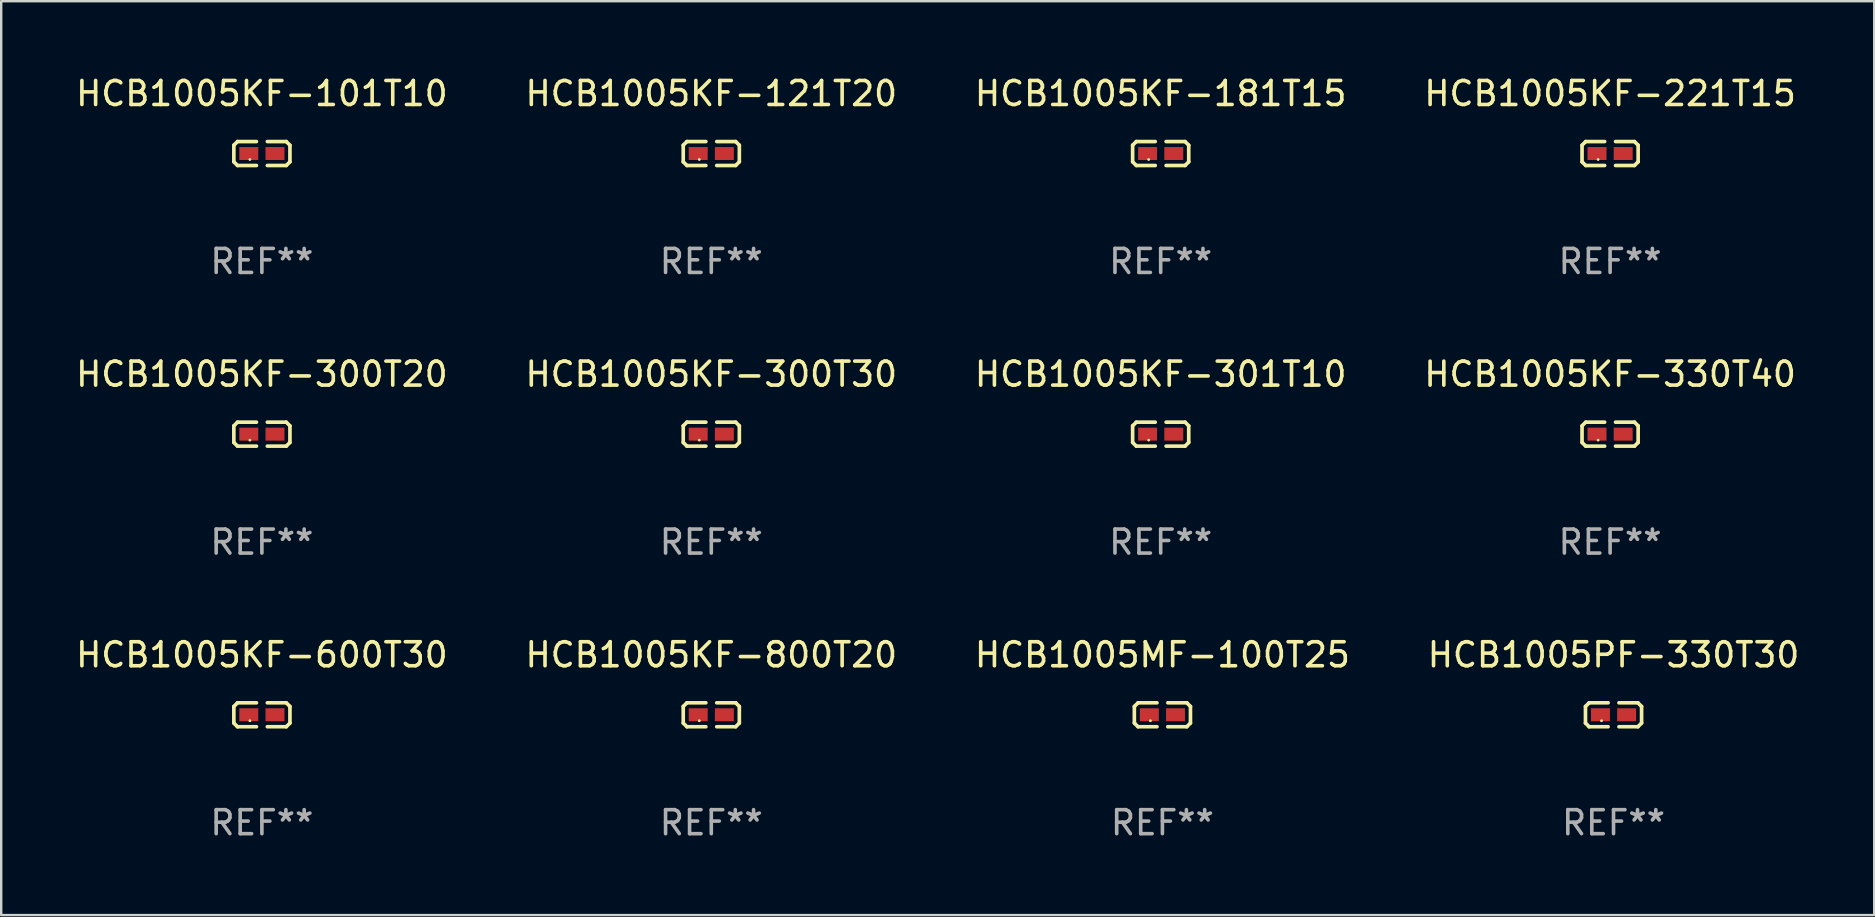
<source format=kicad_pcb>
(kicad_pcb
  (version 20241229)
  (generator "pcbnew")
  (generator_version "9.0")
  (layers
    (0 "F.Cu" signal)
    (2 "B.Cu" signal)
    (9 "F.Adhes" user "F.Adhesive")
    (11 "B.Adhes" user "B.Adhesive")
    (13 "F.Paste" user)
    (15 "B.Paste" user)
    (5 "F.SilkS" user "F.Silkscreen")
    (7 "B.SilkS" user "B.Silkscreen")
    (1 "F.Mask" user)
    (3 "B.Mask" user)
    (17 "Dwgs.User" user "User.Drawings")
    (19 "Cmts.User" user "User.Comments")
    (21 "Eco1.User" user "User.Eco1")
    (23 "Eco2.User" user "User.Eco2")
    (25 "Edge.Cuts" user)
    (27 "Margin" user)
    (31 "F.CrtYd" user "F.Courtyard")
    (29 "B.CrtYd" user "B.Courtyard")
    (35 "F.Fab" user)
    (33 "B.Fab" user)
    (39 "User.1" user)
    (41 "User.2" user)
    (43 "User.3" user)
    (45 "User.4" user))
  (footprint "HCB1005KF-330T40"
    (layer "F.Cu")
    (at 64.042 15.041)
    (property "Reference" "HCB1005KF-330T40" (at 0 -2.499 0) (layer "F.SilkS") (effects (font (size 1 1) (thickness 0.15))))
    (attr through_hole)
    (fp_line (start -1.169 -0.346) (end -1.016 -0.499) (stroke (width 0.152) (type solid)) (layer "F.SilkS"))
    (fp_line (start -1.169 0.346) (end -1.169 -0.346) (stroke (width 0.152) (type solid)) (layer "F.SilkS"))
    (fp_line (start -1.016 -0.499) (end -0.226 -0.499) (stroke (width 0.152) (type solid)) (layer "F.SilkS"))
    (fp_line (start -1.016 0.499) (end -1.169 0.346) (stroke (width 0.152) (type solid)) (layer "F.SilkS"))
    (fp_line (start -0.226 0.499) (end -1.016 0.499) (stroke (width 0.152) (type solid)) (layer "F.SilkS"))
    (fp_line (start 0.226 0.499) (end 1.016 0.499) (stroke (width 0.152) (type solid)) (layer "F.SilkS"))
    (fp_line (start 1.016 -0.499) (end 0.226 -0.499) (stroke (width 0.152) (type solid)) (layer "F.SilkS"))
    (fp_line (start 1.016 0.499) (end 1.169 0.346) (stroke (width 0.152) (type solid)) (layer "F.SilkS"))
    (fp_line (start 1.169 -0.346) (end 1.016 -0.499) (stroke (width 0.152) (type solid)) (layer "F.SilkS"))
    (fp_line (start 1.169 0.346) (end 1.169 -0.346) (stroke (width 0.152) (type solid)) (layer "F.SilkS"))
    (fp_circle (center -0.5 0.25) (end -0.47 0.25) (stroke (width 0.06) (type solid)) (fill no) (layer "F.SilkS"))
    (fp_text user "REF**" (at 0 4.499 0) (layer "F.Fab") (effects (font (size 1 1) (thickness 0.15))))
    (pad "1" smd rect (at -0.545 0) (size 0.79 0.54) (layers "F.Cu" "F.Mask" "F.Paste"))
    (pad "2" smd rect (at 0.545 0) (size 0.79 0.54) (layers "F.Cu" "F.Mask" "F.Paste")))
  (footprint "HCB1005KF-101T10"
    (layer "F.Cu")
    (at 7.863 3.347)
    (property "Reference" "HCB1005KF-101T10" (at 0 -2.499 0) (layer "F.SilkS") (effects (font (size 1 1) (thickness 0.15))))
    (attr through_hole)
    (fp_line (start -1.169 -0.346) (end -1.016 -0.499) (stroke (width 0.152) (type solid)) (layer "F.SilkS"))
    (fp_line (start -1.169 0.346) (end -1.169 -0.346) (stroke (width 0.152) (type solid)) (layer "F.SilkS"))
    (fp_line (start -1.016 -0.499) (end -0.226 -0.499) (stroke (width 0.152) (type solid)) (layer "F.SilkS"))
    (fp_line (start -1.016 0.499) (end -1.169 0.346) (stroke (width 0.152) (type solid)) (layer "F.SilkS"))
    (fp_line (start -0.226 0.499) (end -1.016 0.499) (stroke (width 0.152) (type solid)) (layer "F.SilkS"))
    (fp_line (start 0.226 0.499) (end 1.016 0.499) (stroke (width 0.152) (type solid)) (layer "F.SilkS"))
    (fp_line (start 1.016 -0.499) (end 0.226 -0.499) (stroke (width 0.152) (type solid)) (layer "F.SilkS"))
    (fp_line (start 1.016 0.499) (end 1.169 0.346) (stroke (width 0.152) (type solid)) (layer "F.SilkS"))
    (fp_line (start 1.169 -0.346) (end 1.016 -0.499) (stroke (width 0.152) (type solid)) (layer "F.SilkS"))
    (fp_line (start 1.169 0.346) (end 1.169 -0.346) (stroke (width 0.152) (type solid)) (layer "F.SilkS"))
    (fp_circle (center -0.5 0.25) (end -0.47 0.25) (stroke (width 0.06) (type solid)) (fill no) (layer "F.SilkS"))
    (fp_text user "REF**" (at 0 4.499 0) (layer "F.Fab") (effects (font (size 1 1) (thickness 0.15))))
    (pad "1" smd rect (at -0.545 0) (size 0.79 0.54) (layers "F.Cu" "F.Mask" "F.Paste"))
    (pad "2" smd rect (at 0.545 0) (size 0.79 0.54) (layers "F.Cu" "F.Mask" "F.Paste")))
  (footprint "HCB1005MF-100T25"
    (layer "F.Cu")
    (at 45.387 26.734)
    (property "Reference" "HCB1005MF-100T25" (at 0 -2.499 0) (layer "F.SilkS") (effects (font (size 1 1) (thickness 0.15))))
    (attr through_hole)
    (fp_line (start -1.169 -0.346) (end -1.016 -0.499) (stroke (width 0.152) (type solid)) (layer "F.SilkS"))
    (fp_line (start -1.169 0.346) (end -1.169 -0.346) (stroke (width 0.152) (type solid)) (layer "F.SilkS"))
    (fp_line (start -1.016 -0.499) (end -0.226 -0.499) (stroke (width 0.152) (type solid)) (layer "F.SilkS"))
    (fp_line (start -1.016 0.499) (end -1.169 0.346) (stroke (width 0.152) (type solid)) (layer "F.SilkS"))
    (fp_line (start -0.226 0.499) (end -1.016 0.499) (stroke (width 0.152) (type solid)) (layer "F.SilkS"))
    (fp_line (start 0.226 0.499) (end 1.016 0.499) (stroke (width 0.152) (type solid)) (layer "F.SilkS"))
    (fp_line (start 1.016 -0.499) (end 0.226 -0.499) (stroke (width 0.152) (type solid)) (layer "F.SilkS"))
    (fp_line (start 1.016 0.499) (end 1.169 0.346) (stroke (width 0.152) (type solid)) (layer "F.SilkS"))
    (fp_line (start 1.169 -0.346) (end 1.016 -0.499) (stroke (width 0.152) (type solid)) (layer "F.SilkS"))
    (fp_line (start 1.169 0.346) (end 1.169 -0.346) (stroke (width 0.152) (type solid)) (layer "F.SilkS"))
    (fp_circle (center -0.5 0.25) (end -0.47 0.25) (stroke (width 0.06) (type solid)) (fill no) (layer "F.SilkS"))
    (fp_text user "REF**" (at 0 4.499 0) (layer "F.Fab") (effects (font (size 1 1) (thickness 0.15))))
    (pad "1" smd rect (at -0.545 0) (size 0.79 0.54) (layers "F.Cu" "F.Mask" "F.Paste"))
    (pad "2" smd rect (at 0.545 0) (size 0.79 0.54) (layers "F.Cu" "F.Mask" "F.Paste")))
  (footprint "HCB1005KF-800T20"
    (layer "F.Cu")
    (at 26.589 26.734)
    (property "Reference" "HCB1005KF-800T20" (at 0 -2.499 0) (layer "F.SilkS") (effects (font (size 1 1) (thickness 0.15))))
    (attr through_hole)
    (fp_line (start -1.169 -0.346) (end -1.016 -0.499) (stroke (width 0.152) (type solid)) (layer "F.SilkS"))
    (fp_line (start -1.169 0.346) (end -1.169 -0.346) (stroke (width 0.152) (type solid)) (layer "F.SilkS"))
    (fp_line (start -1.016 -0.499) (end -0.226 -0.499) (stroke (width 0.152) (type solid)) (layer "F.SilkS"))
    (fp_line (start -1.016 0.499) (end -1.169 0.346) (stroke (width 0.152) (type solid)) (layer "F.SilkS"))
    (fp_line (start -0.226 0.499) (end -1.016 0.499) (stroke (width 0.152) (type solid)) (layer "F.SilkS"))
    (fp_line (start 0.226 0.499) (end 1.016 0.499) (stroke (width 0.152) (type solid)) (layer "F.SilkS"))
    (fp_line (start 1.016 -0.499) (end 0.226 -0.499) (stroke (width 0.152) (type solid)) (layer "F.SilkS"))
    (fp_line (start 1.016 0.499) (end 1.169 0.346) (stroke (width 0.152) (type solid)) (layer "F.SilkS"))
    (fp_line (start 1.169 -0.346) (end 1.016 -0.499) (stroke (width 0.152) (type solid)) (layer "F.SilkS"))
    (fp_line (start 1.169 0.346) (end 1.169 -0.346) (stroke (width 0.152) (type solid)) (layer "F.SilkS"))
    (fp_circle (center -0.5 0.25) (end -0.47 0.25) (stroke (width 0.06) (type solid)) (fill no) (layer "F.SilkS"))
    (fp_text user "REF**" (at 0 4.499 0) (layer "F.Fab") (effects (font (size 1 1) (thickness 0.15))))
    (pad "1" smd rect (at -0.545 0) (size 0.79 0.54) (layers "F.Cu" "F.Mask" "F.Paste"))
    (pad "2" smd rect (at 0.545 0) (size 0.79 0.54) (layers "F.Cu" "F.Mask" "F.Paste")))
  (footprint "HCB1005KF-600T30"
    (layer "F.Cu")
    (at 7.863 26.734)
    (property "Reference" "HCB1005KF-600T30" (at 0 -2.499 0) (layer "F.SilkS") (effects (font (size 1 1) (thickness 0.15))))
    (attr through_hole)
    (fp_line (start -1.169 -0.346) (end -1.016 -0.499) (stroke (width 0.152) (type solid)) (layer "F.SilkS"))
    (fp_line (start -1.169 0.346) (end -1.169 -0.346) (stroke (width 0.152) (type solid)) (layer "F.SilkS"))
    (fp_line (start -1.016 -0.499) (end -0.226 -0.499) (stroke (width 0.152) (type solid)) (layer "F.SilkS"))
    (fp_line (start -1.016 0.499) (end -1.169 0.346) (stroke (width 0.152) (type solid)) (layer "F.SilkS"))
    (fp_line (start -0.226 0.499) (end -1.016 0.499) (stroke (width 0.152) (type solid)) (layer "F.SilkS"))
    (fp_line (start 0.226 0.499) (end 1.016 0.499) (stroke (width 0.152) (type solid)) (layer "F.SilkS"))
    (fp_line (start 1.016 -0.499) (end 0.226 -0.499) (stroke (width 0.152) (type solid)) (layer "F.SilkS"))
    (fp_line (start 1.016 0.499) (end 1.169 0.346) (stroke (width 0.152) (type solid)) (layer "F.SilkS"))
    (fp_line (start 1.169 -0.346) (end 1.016 -0.499) (stroke (width 0.152) (type solid)) (layer "F.SilkS"))
    (fp_line (start 1.169 0.346) (end 1.169 -0.346) (stroke (width 0.152) (type solid)) (layer "F.SilkS"))
    (fp_circle (center -0.5 0.25) (end -0.47 0.25) (stroke (width 0.06) (type solid)) (fill no) (layer "F.SilkS"))
    (fp_text user "REF**" (at 0 4.499 0) (layer "F.Fab") (effects (font (size 1 1) (thickness 0.15))))
    (pad "1" smd rect (at -0.545 0) (size 0.79 0.54) (layers "F.Cu" "F.Mask" "F.Paste"))
    (pad "2" smd rect (at 0.545 0) (size 0.79 0.54) (layers "F.Cu" "F.Mask" "F.Paste")))
  (footprint "HCB1005KF-121T20"
    (layer "F.Cu")
    (at 26.589 3.347)
    (property "Reference" "HCB1005KF-121T20" (at 0 -2.499 0) (layer "F.SilkS") (effects (font (size 1 1) (thickness 0.15))))
    (attr through_hole)
    (fp_line (start -1.169 -0.346) (end -1.016 -0.499) (stroke (width 0.152) (type solid)) (layer "F.SilkS"))
    (fp_line (start -1.169 0.346) (end -1.169 -0.346) (stroke (width 0.152) (type solid)) (layer "F.SilkS"))
    (fp_line (start -1.016 -0.499) (end -0.226 -0.499) (stroke (width 0.152) (type solid)) (layer "F.SilkS"))
    (fp_line (start -1.016 0.499) (end -1.169 0.346) (stroke (width 0.152) (type solid)) (layer "F.SilkS"))
    (fp_line (start -0.226 0.499) (end -1.016 0.499) (stroke (width 0.152) (type solid)) (layer "F.SilkS"))
    (fp_line (start 0.226 0.499) (end 1.016 0.499) (stroke (width 0.152) (type solid)) (layer "F.SilkS"))
    (fp_line (start 1.016 -0.499) (end 0.226 -0.499) (stroke (width 0.152) (type solid)) (layer "F.SilkS"))
    (fp_line (start 1.016 0.499) (end 1.169 0.346) (stroke (width 0.152) (type solid)) (layer "F.SilkS"))
    (fp_line (start 1.169 -0.346) (end 1.016 -0.499) (stroke (width 0.152) (type solid)) (layer "F.SilkS"))
    (fp_line (start 1.169 0.346) (end 1.169 -0.346) (stroke (width 0.152) (type solid)) (layer "F.SilkS"))
    (fp_circle (center -0.5 0.25) (end -0.47 0.25) (stroke (width 0.06) (type solid)) (fill no) (layer "F.SilkS"))
    (fp_text user "REF**" (at 0 4.499 0) (layer "F.Fab") (effects (font (size 1 1) (thickness 0.15))))
    (pad "1" smd rect (at -0.545 0) (size 0.79 0.54) (layers "F.Cu" "F.Mask" "F.Paste"))
    (pad "2" smd rect (at 0.545 0) (size 0.79 0.54) (layers "F.Cu" "F.Mask" "F.Paste")))
  (footprint "HCB1005KF-181T15"
    (layer "F.Cu")
    (at 45.315 3.347)
    (property "Reference" "HCB1005KF-181T15" (at 0 -2.499 0) (layer "F.SilkS") (effects (font (size 1 1) (thickness 0.15))))
    (attr through_hole)
    (fp_line (start -1.169 -0.346) (end -1.016 -0.499) (stroke (width 0.152) (type solid)) (layer "F.SilkS"))
    (fp_line (start -1.169 0.346) (end -1.169 -0.346) (stroke (width 0.152) (type solid)) (layer "F.SilkS"))
    (fp_line (start -1.016 -0.499) (end -0.226 -0.499) (stroke (width 0.152) (type solid)) (layer "F.SilkS"))
    (fp_line (start -1.016 0.499) (end -1.169 0.346) (stroke (width 0.152) (type solid)) (layer "F.SilkS"))
    (fp_line (start -0.226 0.499) (end -1.016 0.499) (stroke (width 0.152) (type solid)) (layer "F.SilkS"))
    (fp_line (start 0.226 0.499) (end 1.016 0.499) (stroke (width 0.152) (type solid)) (layer "F.SilkS"))
    (fp_line (start 1.016 -0.499) (end 0.226 -0.499) (stroke (width 0.152) (type solid)) (layer "F.SilkS"))
    (fp_line (start 1.016 0.499) (end 1.169 0.346) (stroke (width 0.152) (type solid)) (layer "F.SilkS"))
    (fp_line (start 1.169 -0.346) (end 1.016 -0.499) (stroke (width 0.152) (type solid)) (layer "F.SilkS"))
    (fp_line (start 1.169 0.346) (end 1.169 -0.346) (stroke (width 0.152) (type solid)) (layer "F.SilkS"))
    (fp_circle (center -0.5 0.25) (end -0.47 0.25) (stroke (width 0.06) (type solid)) (fill no) (layer "F.SilkS"))
    (fp_text user "REF**" (at 0 4.499 0) (layer "F.Fab") (effects (font (size 1 1) (thickness 0.15))))
    (pad "1" smd rect (at -0.545 0) (size 0.79 0.54) (layers "F.Cu" "F.Mask" "F.Paste"))
    (pad "2" smd rect (at 0.545 0) (size 0.79 0.54) (layers "F.Cu" "F.Mask" "F.Paste")))
  (footprint "HCB1005PF-330T30"
    (layer "F.Cu")
    (at 64.185 26.734)
    (property "Reference" "HCB1005PF-330T30" (at 0 -2.499 0) (layer "F.SilkS") (effects (font (size 1 1) (thickness 0.15))))
    (attr through_hole)
    (fp_line (start -1.169 -0.346) (end -1.016 -0.499) (stroke (width 0.152) (type solid)) (layer "F.SilkS"))
    (fp_line (start -1.169 0.346) (end -1.169 -0.346) (stroke (width 0.152) (type solid)) (layer "F.SilkS"))
    (fp_line (start -1.016 -0.499) (end -0.226 -0.499) (stroke (width 0.152) (type solid)) (layer "F.SilkS"))
    (fp_line (start -1.016 0.499) (end -1.169 0.346) (stroke (width 0.152) (type solid)) (layer "F.SilkS"))
    (fp_line (start -0.226 0.499) (end -1.016 0.499) (stroke (width 0.152) (type solid)) (layer "F.SilkS"))
    (fp_line (start 0.226 0.499) (end 1.016 0.499) (stroke (width 0.152) (type solid)) (layer "F.SilkS"))
    (fp_line (start 1.016 -0.499) (end 0.226 -0.499) (stroke (width 0.152) (type solid)) (layer "F.SilkS"))
    (fp_line (start 1.016 0.499) (end 1.169 0.346) (stroke (width 0.152) (type solid)) (layer "F.SilkS"))
    (fp_line (start 1.169 -0.346) (end 1.016 -0.499) (stroke (width 0.152) (type solid)) (layer "F.SilkS"))
    (fp_line (start 1.169 0.346) (end 1.169 -0.346) (stroke (width 0.152) (type solid)) (layer "F.SilkS"))
    (fp_circle (center -0.5 0.25) (end -0.47 0.25) (stroke (width 0.06) (type solid)) (fill no) (layer "F.SilkS"))
    (fp_text user "REF**" (at 0 4.499 0) (layer "F.Fab") (effects (font (size 1 1) (thickness 0.15))))
    (pad "1" smd rect (at -0.545 0) (size 0.79 0.54) (layers "F.Cu" "F.Mask" "F.Paste"))
    (pad "2" smd rect (at 0.545 0) (size 0.79 0.54) (layers "F.Cu" "F.Mask" "F.Paste")))
  (footprint "HCB1005KF-300T30"
    (layer "F.Cu")
    (at 26.589 15.041)
    (property "Reference" "HCB1005KF-300T30" (at 0 -2.499 0) (layer "F.SilkS") (effects (font (size 1 1) (thickness 0.15))))
    (attr through_hole)
    (fp_line (start -1.169 -0.346) (end -1.016 -0.499) (stroke (width 0.152) (type solid)) (layer "F.SilkS"))
    (fp_line (start -1.169 0.346) (end -1.169 -0.346) (stroke (width 0.152) (type solid)) (layer "F.SilkS"))
    (fp_line (start -1.016 -0.499) (end -0.226 -0.499) (stroke (width 0.152) (type solid)) (layer "F.SilkS"))
    (fp_line (start -1.016 0.499) (end -1.169 0.346) (stroke (width 0.152) (type solid)) (layer "F.SilkS"))
    (fp_line (start -0.226 0.499) (end -1.016 0.499) (stroke (width 0.152) (type solid)) (layer "F.SilkS"))
    (fp_line (start 0.226 0.499) (end 1.016 0.499) (stroke (width 0.152) (type solid)) (layer "F.SilkS"))
    (fp_line (start 1.016 -0.499) (end 0.226 -0.499) (stroke (width 0.152) (type solid)) (layer "F.SilkS"))
    (fp_line (start 1.016 0.499) (end 1.169 0.346) (stroke (width 0.152) (type solid)) (layer "F.SilkS"))
    (fp_line (start 1.169 -0.346) (end 1.016 -0.499) (stroke (width 0.152) (type solid)) (layer "F.SilkS"))
    (fp_line (start 1.169 0.346) (end 1.169 -0.346) (stroke (width 0.152) (type solid)) (layer "F.SilkS"))
    (fp_circle (center -0.5 0.25) (end -0.47 0.25) (stroke (width 0.06) (type solid)) (fill no) (layer "F.SilkS"))
    (fp_text user "REF**" (at 0 4.499 0) (layer "F.Fab") (effects (font (size 1 1) (thickness 0.15))))
    (pad "1" smd rect (at -0.545 0) (size 0.79 0.54) (layers "F.Cu" "F.Mask" "F.Paste"))
    (pad "2" smd rect (at 0.545 0) (size 0.79 0.54) (layers "F.Cu" "F.Mask" "F.Paste")))
  (footprint "HCB1005KF-301T10"
    (layer "F.Cu")
    (at 45.315 15.041)
    (property "Reference" "HCB1005KF-301T10" (at 0 -2.499 0) (layer "F.SilkS") (effects (font (size 1 1) (thickness 0.15))))
    (attr through_hole)
    (fp_line (start -1.169 -0.346) (end -1.016 -0.499) (stroke (width 0.152) (type solid)) (layer "F.SilkS"))
    (fp_line (start -1.169 0.346) (end -1.169 -0.346) (stroke (width 0.152) (type solid)) (layer "F.SilkS"))
    (fp_line (start -1.016 -0.499) (end -0.226 -0.499) (stroke (width 0.152) (type solid)) (layer "F.SilkS"))
    (fp_line (start -1.016 0.499) (end -1.169 0.346) (stroke (width 0.152) (type solid)) (layer "F.SilkS"))
    (fp_line (start -0.226 0.499) (end -1.016 0.499) (stroke (width 0.152) (type solid)) (layer "F.SilkS"))
    (fp_line (start 0.226 0.499) (end 1.016 0.499) (stroke (width 0.152) (type solid)) (layer "F.SilkS"))
    (fp_line (start 1.016 -0.499) (end 0.226 -0.499) (stroke (width 0.152) (type solid)) (layer "F.SilkS"))
    (fp_line (start 1.016 0.499) (end 1.169 0.346) (stroke (width 0.152) (type solid)) (layer "F.SilkS"))
    (fp_line (start 1.169 -0.346) (end 1.016 -0.499) (stroke (width 0.152) (type solid)) (layer "F.SilkS"))
    (fp_line (start 1.169 0.346) (end 1.169 -0.346) (stroke (width 0.152) (type solid)) (layer "F.SilkS"))
    (fp_circle (center -0.5 0.25) (end -0.47 0.25) (stroke (width 0.06) (type solid)) (fill no) (layer "F.SilkS"))
    (fp_text user "REF**" (at 0 4.499 0) (layer "F.Fab") (effects (font (size 1 1) (thickness 0.15))))
    (pad "1" smd rect (at -0.545 0) (size 0.79 0.54) (layers "F.Cu" "F.Mask" "F.Paste"))
    (pad "2" smd rect (at 0.545 0) (size 0.79 0.54) (layers "F.Cu" "F.Mask" "F.Paste")))
  (footprint "HCB1005KF-300T20"
    (layer "F.Cu")
    (at 7.863 15.041)
    (property "Reference" "HCB1005KF-300T20" (at 0 -2.499 0) (layer "F.SilkS") (effects (font (size 1 1) (thickness 0.15))))
    (attr through_hole)
    (fp_line (start -1.169 -0.346) (end -1.016 -0.499) (stroke (width 0.152) (type solid)) (layer "F.SilkS"))
    (fp_line (start -1.169 0.346) (end -1.169 -0.346) (stroke (width 0.152) (type solid)) (layer "F.SilkS"))
    (fp_line (start -1.016 -0.499) (end -0.226 -0.499) (stroke (width 0.152) (type solid)) (layer "F.SilkS"))
    (fp_line (start -1.016 0.499) (end -1.169 0.346) (stroke (width 0.152) (type solid)) (layer "F.SilkS"))
    (fp_line (start -0.226 0.499) (end -1.016 0.499) (stroke (width 0.152) (type solid)) (layer "F.SilkS"))
    (fp_line (start 0.226 0.499) (end 1.016 0.499) (stroke (width 0.152) (type solid)) (layer "F.SilkS"))
    (fp_line (start 1.016 -0.499) (end 0.226 -0.499) (stroke (width 0.152) (type solid)) (layer "F.SilkS"))
    (fp_line (start 1.016 0.499) (end 1.169 0.346) (stroke (width 0.152) (type solid)) (layer "F.SilkS"))
    (fp_line (start 1.169 -0.346) (end 1.016 -0.499) (stroke (width 0.152) (type solid)) (layer "F.SilkS"))
    (fp_line (start 1.169 0.346) (end 1.169 -0.346) (stroke (width 0.152) (type solid)) (layer "F.SilkS"))
    (fp_circle (center -0.5 0.25) (end -0.47 0.25) (stroke (width 0.06) (type solid)) (fill no) (layer "F.SilkS"))
    (fp_text user "REF**" (at 0 4.499 0) (layer "F.Fab") (effects (font (size 1 1) (thickness 0.15))))
    (pad "1" smd rect (at -0.545 0) (size 0.79 0.54) (layers "F.Cu" "F.Mask" "F.Paste"))
    (pad "2" smd rect (at 0.545 0) (size 0.79 0.54) (layers "F.Cu" "F.Mask" "F.Paste")))
  (footprint "HCB1005KF-221T15"
    (layer "F.Cu")
    (at 64.042 3.347)
    (property "Reference" "HCB1005KF-221T15" (at 0 -2.499 0) (layer "F.SilkS") (effects (font (size 1 1) (thickness 0.15))))
    (attr through_hole)
    (fp_line (start -1.169 -0.346) (end -1.016 -0.499) (stroke (width 0.152) (type solid)) (layer "F.SilkS"))
    (fp_line (start -1.169 0.346) (end -1.169 -0.346) (stroke (width 0.152) (type solid)) (layer "F.SilkS"))
    (fp_line (start -1.016 -0.499) (end -0.226 -0.499) (stroke (width 0.152) (type solid)) (layer "F.SilkS"))
    (fp_line (start -1.016 0.499) (end -1.169 0.346) (stroke (width 0.152) (type solid)) (layer "F.SilkS"))
    (fp_line (start -0.226 0.499) (end -1.016 0.499) (stroke (width 0.152) (type solid)) (layer "F.SilkS"))
    (fp_line (start 0.226 0.499) (end 1.016 0.499) (stroke (width 0.152) (type solid)) (layer "F.SilkS"))
    (fp_line (start 1.016 -0.499) (end 0.226 -0.499) (stroke (width 0.152) (type solid)) (layer "F.SilkS"))
    (fp_line (start 1.016 0.499) (end 1.169 0.346) (stroke (width 0.152) (type solid)) (layer "F.SilkS"))
    (fp_line (start 1.169 -0.346) (end 1.016 -0.499) (stroke (width 0.152) (type solid)) (layer "F.SilkS"))
    (fp_line (start 1.169 0.346) (end 1.169 -0.346) (stroke (width 0.152) (type solid)) (layer "F.SilkS"))
    (fp_circle (center -0.5 0.25) (end -0.47 0.25) (stroke (width 0.06) (type solid)) (fill no) (layer "F.SilkS"))
    (fp_text user "REF**" (at 0 4.499 0) (layer "F.Fab") (effects (font (size 1 1) (thickness 0.15))))
    (pad "1" smd rect (at -0.545 0) (size 0.79 0.54) (layers "F.Cu" "F.Mask" "F.Paste"))
    (pad "2" smd rect (at 0.545 0) (size 0.79 0.54) (layers "F.Cu" "F.Mask" "F.Paste")))
  (gr_rect
    (start -3 -3)
    (end 75.048 35.081)
    (stroke (width 0.1) (type default))
    (fill no)
    (layer "Edge.Cuts")))
</source>
